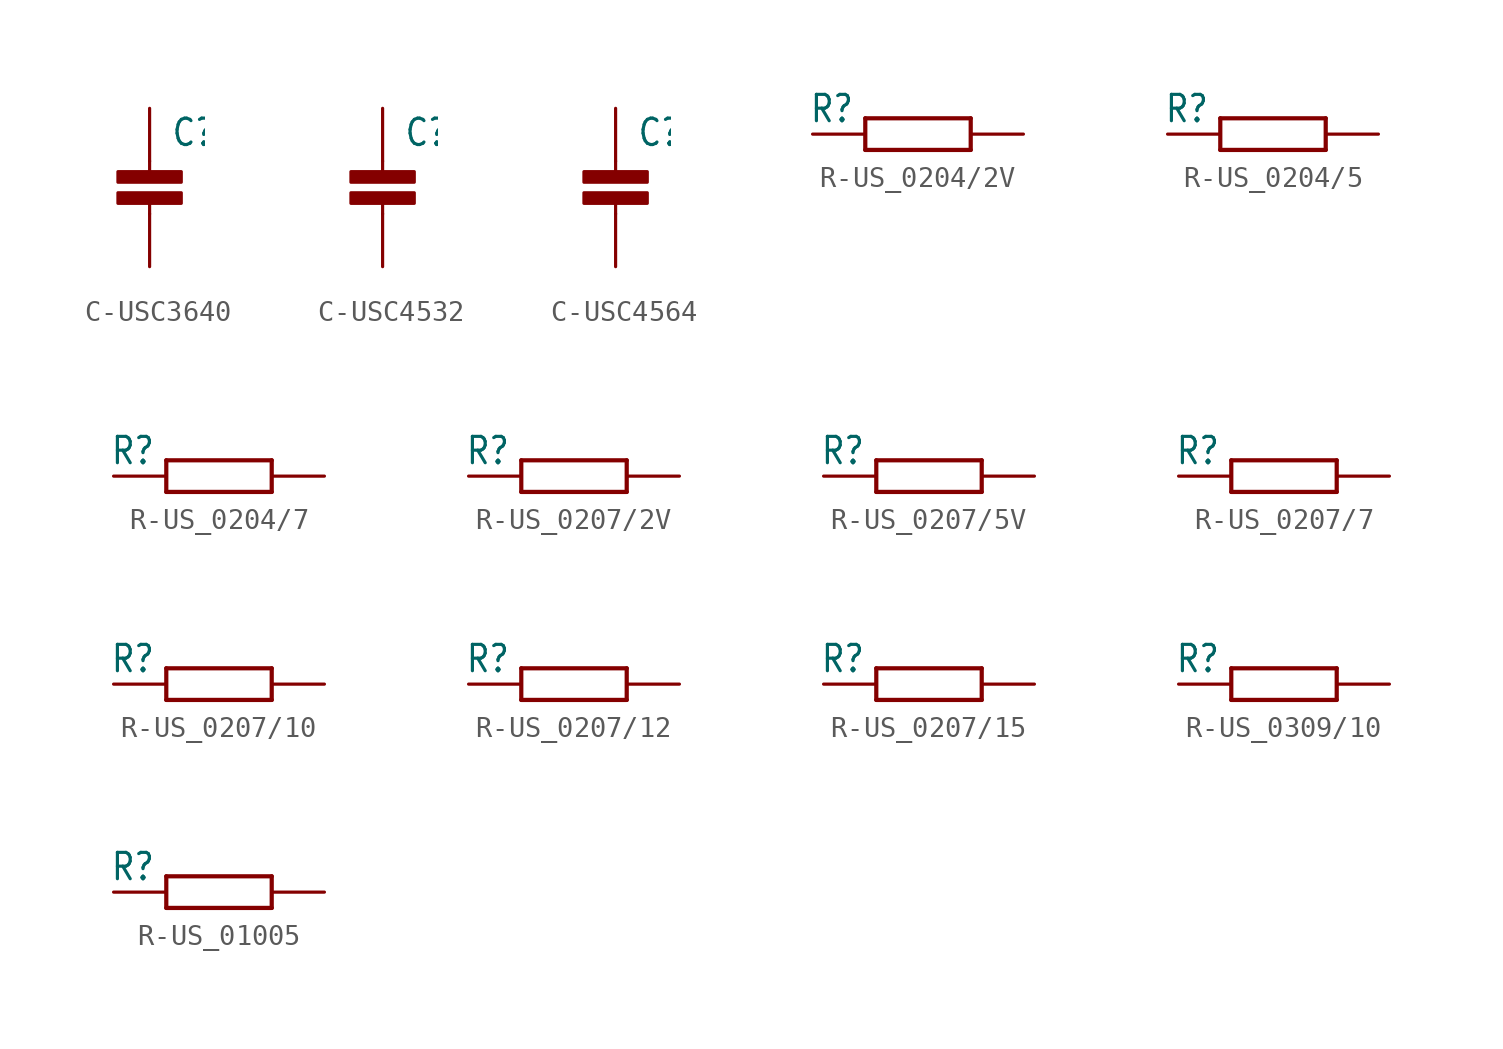
<source format=kicad_sym>
(kicad_symbol_lib
  (version 20231120)
  (generator "kicad_symbol_editor")
  (generator_version "8.99")
  (symbol "C-USC3640"
    (property "Reference" "C"
      (at 1.016 0.635 0)
      (effects (font (size 1.27 1.079)) (justify left bottom)))
    (property "Value" ""
      (at 1.016 -4.191 0)
      (effects (font (size 1.27 1.079)) (justify left bottom)))
    (property "ki_locked" ""
      (at 0 0 0)
      (effects (font (size 1.27 1.27))))
    (symbol "C-USC3640_1_0"
      (rectangle (start -1.524 -2.032) (end 1.524 -1.524) (stroke (width 0) (type default)) (fill (type outline)))
      (rectangle (start -1.524 -1.016) (end 1.524 -0.508) (stroke (width 0) (type default)) (fill (type outline)))
      (polyline (pts (xy 0 -2.54) (xy 0 -2.032)) (stroke (width 0.152) (type solid)) (fill (type none)))
      (polyline (pts (xy 0 0) (xy 0 -0.508)) (stroke (width 0.152) (type solid)) (fill (type none)))
      (pin passive line (at 0 2.54 270) (length 2.54) (name "1" (effects (font (size 0 0)))) (number "1" (effects (font (size 0 0)))))
      (pin passive line (at 0 -5.08 90) (length 2.54) (name "2" (effects (font (size 0 0)))) (number "2" (effects (font (size 0 0)))))))
  (symbol "C-USC4532"
    (property "Reference" "C"
      (at 1.016 0.635 0)
      (effects (font (size 1.27 1.079)) (justify left bottom)))
    (property "Value" ""
      (at 1.016 -4.191 0)
      (effects (font (size 1.27 1.079)) (justify left bottom)))
    (property "ki_locked" ""
      (at 0 0 0)
      (effects (font (size 1.27 1.27))))
    (symbol "C-USC4532_1_0"
      (rectangle (start -1.524 -2.032) (end 1.524 -1.524) (stroke (width 0) (type default)) (fill (type outline)))
      (rectangle (start -1.524 -1.016) (end 1.524 -0.508) (stroke (width 0) (type default)) (fill (type outline)))
      (polyline (pts (xy 0 -2.54) (xy 0 -2.032)) (stroke (width 0.152) (type solid)) (fill (type none)))
      (polyline (pts (xy 0 0) (xy 0 -0.508)) (stroke (width 0.152) (type solid)) (fill (type none)))
      (pin passive line (at 0 2.54 270) (length 2.54) (name "1" (effects (font (size 0 0)))) (number "1" (effects (font (size 0 0)))))
      (pin passive line (at 0 -5.08 90) (length 2.54) (name "2" (effects (font (size 0 0)))) (number "2" (effects (font (size 0 0)))))))
  (symbol "C-USC4564"
    (property "Reference" "C"
      (at 1.016 0.635 0)
      (effects (font (size 1.27 1.079)) (justify left bottom)))
    (property "Value" ""
      (at 1.016 -4.191 0)
      (effects (font (size 1.27 1.079)) (justify left bottom)))
    (property "ki_locked" ""
      (at 0 0 0)
      (effects (font (size 1.27 1.27))))
    (symbol "C-USC4564_1_0"
      (rectangle (start -1.524 -2.032) (end 1.524 -1.524) (stroke (width 0) (type default)) (fill (type outline)))
      (rectangle (start -1.524 -1.016) (end 1.524 -0.508) (stroke (width 0) (type default)) (fill (type outline)))
      (polyline (pts (xy 0 -2.54) (xy 0 -2.032)) (stroke (width 0.152) (type solid)) (fill (type none)))
      (polyline (pts (xy 0 0) (xy 0 -0.508)) (stroke (width 0.152) (type solid)) (fill (type none)))
      (pin passive line (at 0 2.54 270) (length 2.54) (name "1" (effects (font (size 0 0)))) (number "1" (effects (font (size 0 0)))))
      (pin passive line (at 0 -5.08 90) (length 2.54) (name "2" (effects (font (size 0 0)))) (number "2" (effects (font (size 0 0)))))))
  (symbol "R-US_0204/2V"
    (property "Reference" "R"
      (at -3.048 0.483 0)
      (effects (font (size 1.27 1.079)) (justify right bottom)))
    (property "Value" ""
      (at 0 0 0)
      (effects (font (size 1.016 0.864))))
    (property "ki_locked" ""
      (at 0 0 0)
      (effects (font (size 1.27 1.27))))
    (symbol "R-US_0204/2V_1_0"
      (polyline (pts (xy -2.54 -0.762) (xy -2.54 0.762)) (stroke (width 0.203) (type solid)) (fill (type none)))
      (polyline (pts (xy -2.54 0.762) (xy 2.54 0.762)) (stroke (width 0.203) (type solid)) (fill (type none)))
      (polyline (pts (xy 2.54 -0.762) (xy -2.54 -0.762)) (stroke (width 0.203) (type solid)) (fill (type none)))
      (polyline (pts (xy 2.54 0.762) (xy 2.54 -0.762)) (stroke (width 0.203) (type solid)) (fill (type none)))
      (pin passive line (at -5.08 0 0) (length 2.54) (name "1" (effects (font (size 0 0)))) (number "1" (effects (font (size 0 0)))))
      (pin passive line (at 5.08 0 180) (length 2.54) (name "2" (effects (font (size 0 0)))) (number "2" (effects (font (size 0 0)))))))
  (symbol "R-US_0204/5"
    (property "Reference" "R"
      (at -3.048 0.483 0)
      (effects (font (size 1.27 1.079)) (justify right bottom)))
    (property "Value" ""
      (at 0 0 0)
      (effects (font (size 1.016 0.864))))
    (property "ki_locked" ""
      (at 0 0 0)
      (effects (font (size 1.27 1.27))))
    (symbol "R-US_0204/5_1_0"
      (polyline (pts (xy -2.54 -0.762) (xy -2.54 0.762)) (stroke (width 0.203) (type solid)) (fill (type none)))
      (polyline (pts (xy -2.54 0.762) (xy 2.54 0.762)) (stroke (width 0.203) (type solid)) (fill (type none)))
      (polyline (pts (xy 2.54 -0.762) (xy -2.54 -0.762)) (stroke (width 0.203) (type solid)) (fill (type none)))
      (polyline (pts (xy 2.54 0.762) (xy 2.54 -0.762)) (stroke (width 0.203) (type solid)) (fill (type none)))
      (pin passive line (at -5.08 0 0) (length 2.54) (name "1" (effects (font (size 0 0)))) (number "1" (effects (font (size 0 0)))))
      (pin passive line (at 5.08 0 180) (length 2.54) (name "2" (effects (font (size 0 0)))) (number "2" (effects (font (size 0 0)))))))
  (symbol "R-US_0204/7"
    (property "Reference" "R"
      (at -3.048 0.483 0)
      (effects (font (size 1.27 1.079)) (justify right bottom)))
    (property "Value" ""
      (at 0 0 0)
      (effects (font (size 1.016 0.864))))
    (property "ki_locked" ""
      (at 0 0 0)
      (effects (font (size 1.27 1.27))))
    (symbol "R-US_0204/7_1_0"
      (polyline (pts (xy -2.54 -0.762) (xy -2.54 0.762)) (stroke (width 0.203) (type solid)) (fill (type none)))
      (polyline (pts (xy -2.54 0.762) (xy 2.54 0.762)) (stroke (width 0.203) (type solid)) (fill (type none)))
      (polyline (pts (xy 2.54 -0.762) (xy -2.54 -0.762)) (stroke (width 0.203) (type solid)) (fill (type none)))
      (polyline (pts (xy 2.54 0.762) (xy 2.54 -0.762)) (stroke (width 0.203) (type solid)) (fill (type none)))
      (pin passive line (at -5.08 0 0) (length 2.54) (name "1" (effects (font (size 0 0)))) (number "1" (effects (font (size 0 0)))))
      (pin passive line (at 5.08 0 180) (length 2.54) (name "2" (effects (font (size 0 0)))) (number "2" (effects (font (size 0 0)))))))
  (symbol "R-US_0207/2V"
    (property "Reference" "R"
      (at -3.048 0.483 0)
      (effects (font (size 1.27 1.079)) (justify right bottom)))
    (property "Value" ""
      (at 0 0 0)
      (effects (font (size 1.016 0.864))))
    (property "ki_locked" ""
      (at 0 0 0)
      (effects (font (size 1.27 1.27))))
    (symbol "R-US_0207/2V_1_0"
      (polyline (pts (xy -2.54 -0.762) (xy -2.54 0.762)) (stroke (width 0.203) (type solid)) (fill (type none)))
      (polyline (pts (xy -2.54 0.762) (xy 2.54 0.762)) (stroke (width 0.203) (type solid)) (fill (type none)))
      (polyline (pts (xy 2.54 -0.762) (xy -2.54 -0.762)) (stroke (width 0.203) (type solid)) (fill (type none)))
      (polyline (pts (xy 2.54 0.762) (xy 2.54 -0.762)) (stroke (width 0.203) (type solid)) (fill (type none)))
      (pin passive line (at -5.08 0 0) (length 2.54) (name "1" (effects (font (size 0 0)))) (number "1" (effects (font (size 0 0)))))
      (pin passive line (at 5.08 0 180) (length 2.54) (name "2" (effects (font (size 0 0)))) (number "2" (effects (font (size 0 0)))))))
  (symbol "R-US_0207/5V"
    (property "Reference" "R"
      (at -3.048 0.483 0)
      (effects (font (size 1.27 1.079)) (justify right bottom)))
    (property "Value" ""
      (at 0 0 0)
      (effects (font (size 1.016 0.864))))
    (property "ki_locked" ""
      (at 0 0 0)
      (effects (font (size 1.27 1.27))))
    (symbol "R-US_0207/5V_1_0"
      (polyline (pts (xy -2.54 -0.762) (xy -2.54 0.762)) (stroke (width 0.203) (type solid)) (fill (type none)))
      (polyline (pts (xy -2.54 0.762) (xy 2.54 0.762)) (stroke (width 0.203) (type solid)) (fill (type none)))
      (polyline (pts (xy 2.54 -0.762) (xy -2.54 -0.762)) (stroke (width 0.203) (type solid)) (fill (type none)))
      (polyline (pts (xy 2.54 0.762) (xy 2.54 -0.762)) (stroke (width 0.203) (type solid)) (fill (type none)))
      (pin passive line (at -5.08 0 0) (length 2.54) (name "1" (effects (font (size 0 0)))) (number "1" (effects (font (size 0 0)))))
      (pin passive line (at 5.08 0 180) (length 2.54) (name "2" (effects (font (size 0 0)))) (number "2" (effects (font (size 0 0)))))))
  (symbol "R-US_0207/7"
    (property "Reference" "R"
      (at -3.048 0.483 0)
      (effects (font (size 1.27 1.079)) (justify right bottom)))
    (property "Value" ""
      (at 0 0 0)
      (effects (font (size 1.016 0.864))))
    (property "ki_locked" ""
      (at 0 0 0)
      (effects (font (size 1.27 1.27))))
    (symbol "R-US_0207/7_1_0"
      (polyline (pts (xy -2.54 -0.762) (xy -2.54 0.762)) (stroke (width 0.203) (type solid)) (fill (type none)))
      (polyline (pts (xy -2.54 0.762) (xy 2.54 0.762)) (stroke (width 0.203) (type solid)) (fill (type none)))
      (polyline (pts (xy 2.54 -0.762) (xy -2.54 -0.762)) (stroke (width 0.203) (type solid)) (fill (type none)))
      (polyline (pts (xy 2.54 0.762) (xy 2.54 -0.762)) (stroke (width 0.203) (type solid)) (fill (type none)))
      (pin passive line (at -5.08 0 0) (length 2.54) (name "1" (effects (font (size 0 0)))) (number "1" (effects (font (size 0 0)))))
      (pin passive line (at 5.08 0 180) (length 2.54) (name "2" (effects (font (size 0 0)))) (number "2" (effects (font (size 0 0)))))))
  (symbol "R-US_0207/10"
    (property "Reference" "R"
      (at -3.048 0.483 0)
      (effects (font (size 1.27 1.079)) (justify right bottom)))
    (property "Value" ""
      (at 0 0 0)
      (effects (font (size 1.016 0.864))))
    (property "ki_locked" ""
      (at 0 0 0)
      (effects (font (size 1.27 1.27))))
    (symbol "R-US_0207/10_1_0"
      (polyline (pts (xy -2.54 -0.762) (xy -2.54 0.762)) (stroke (width 0.203) (type solid)) (fill (type none)))
      (polyline (pts (xy -2.54 0.762) (xy 2.54 0.762)) (stroke (width 0.203) (type solid)) (fill (type none)))
      (polyline (pts (xy 2.54 -0.762) (xy -2.54 -0.762)) (stroke (width 0.203) (type solid)) (fill (type none)))
      (polyline (pts (xy 2.54 0.762) (xy 2.54 -0.762)) (stroke (width 0.203) (type solid)) (fill (type none)))
      (pin passive line (at -5.08 0 0) (length 2.54) (name "1" (effects (font (size 0 0)))) (number "1" (effects (font (size 0 0)))))
      (pin passive line (at 5.08 0 180) (length 2.54) (name "2" (effects (font (size 0 0)))) (number "2" (effects (font (size 0 0)))))))
  (symbol "R-US_0207/12"
    (property "Reference" "R"
      (at -3.048 0.483 0)
      (effects (font (size 1.27 1.079)) (justify right bottom)))
    (property "Value" ""
      (at 0 0 0)
      (effects (font (size 1.016 0.864))))
    (property "ki_locked" ""
      (at 0 0 0)
      (effects (font (size 1.27 1.27))))
    (symbol "R-US_0207/12_1_0"
      (polyline (pts (xy -2.54 -0.762) (xy -2.54 0.762)) (stroke (width 0.203) (type solid)) (fill (type none)))
      (polyline (pts (xy -2.54 0.762) (xy 2.54 0.762)) (stroke (width 0.203) (type solid)) (fill (type none)))
      (polyline (pts (xy 2.54 -0.762) (xy -2.54 -0.762)) (stroke (width 0.203) (type solid)) (fill (type none)))
      (polyline (pts (xy 2.54 0.762) (xy 2.54 -0.762)) (stroke (width 0.203) (type solid)) (fill (type none)))
      (pin passive line (at -5.08 0 0) (length 2.54) (name "1" (effects (font (size 0 0)))) (number "1" (effects (font (size 0 0)))))
      (pin passive line (at 5.08 0 180) (length 2.54) (name "2" (effects (font (size 0 0)))) (number "2" (effects (font (size 0 0)))))))
  (symbol "R-US_0207/15"
    (property "Reference" "R"
      (at -3.048 0.483 0)
      (effects (font (size 1.27 1.079)) (justify right bottom)))
    (property "Value" ""
      (at 0 0 0)
      (effects (font (size 1.016 0.864))))
    (property "ki_locked" ""
      (at 0 0 0)
      (effects (font (size 1.27 1.27))))
    (symbol "R-US_0207/15_1_0"
      (polyline (pts (xy -2.54 -0.762) (xy -2.54 0.762)) (stroke (width 0.203) (type solid)) (fill (type none)))
      (polyline (pts (xy -2.54 0.762) (xy 2.54 0.762)) (stroke (width 0.203) (type solid)) (fill (type none)))
      (polyline (pts (xy 2.54 -0.762) (xy -2.54 -0.762)) (stroke (width 0.203) (type solid)) (fill (type none)))
      (polyline (pts (xy 2.54 0.762) (xy 2.54 -0.762)) (stroke (width 0.203) (type solid)) (fill (type none)))
      (pin passive line (at -5.08 0 0) (length 2.54) (name "1" (effects (font (size 0 0)))) (number "1" (effects (font (size 0 0)))))
      (pin passive line (at 5.08 0 180) (length 2.54) (name "2" (effects (font (size 0 0)))) (number "2" (effects (font (size 0 0)))))))
  (symbol "R-US_0309/10"
    (property "Reference" "R"
      (at -3.048 0.483 0)
      (effects (font (size 1.27 1.079)) (justify right bottom)))
    (property "Value" ""
      (at 0 0 0)
      (effects (font (size 1.016 0.864))))
    (property "ki_locked" ""
      (at 0 0 0)
      (effects (font (size 1.27 1.27))))
    (symbol "R-US_0309/10_1_0"
      (polyline (pts (xy -2.54 -0.762) (xy -2.54 0.762)) (stroke (width 0.203) (type solid)) (fill (type none)))
      (polyline (pts (xy -2.54 0.762) (xy 2.54 0.762)) (stroke (width 0.203) (type solid)) (fill (type none)))
      (polyline (pts (xy 2.54 -0.762) (xy -2.54 -0.762)) (stroke (width 0.203) (type solid)) (fill (type none)))
      (polyline (pts (xy 2.54 0.762) (xy 2.54 -0.762)) (stroke (width 0.203) (type solid)) (fill (type none)))
      (pin passive line (at -5.08 0 0) (length 2.54) (name "1" (effects (font (size 0 0)))) (number "1" (effects (font (size 0 0)))))
      (pin passive line (at 5.08 0 180) (length 2.54) (name "2" (effects (font (size 0 0)))) (number "2" (effects (font (size 0 0)))))))
  (symbol "R-US_01005"
    (property "Reference" "R"
      (at -3.048 0.483 0)
      (effects (font (size 1.27 1.079)) (justify right bottom)))
    (property "Value" ""
      (at 0 0 0)
      (effects (font (size 1.016 0.864))))
    (property "ki_locked" ""
      (at 0 0 0)
      (effects (font (size 1.27 1.27))))
    (symbol "R-US_01005_1_0"
      (polyline (pts (xy -2.54 -0.762) (xy -2.54 0.762)) (stroke (width 0.203) (type solid)) (fill (type none)))
      (polyline (pts (xy -2.54 0.762) (xy 2.54 0.762)) (stroke (width 0.203) (type solid)) (fill (type none)))
      (polyline (pts (xy 2.54 -0.762) (xy -2.54 -0.762)) (stroke (width 0.203) (type solid)) (fill (type none)))
      (polyline (pts (xy 2.54 0.762) (xy 2.54 -0.762)) (stroke (width 0.203) (type solid)) (fill (type none)))
      (pin passive line (at -5.08 0 0) (length 2.54) (name "1" (effects (font (size 0 0)))) (number "1" (effects (font (size 0 0)))))
      (pin passive line (at 5.08 0 180) (length 2.54) (name "2" (effects (font (size 0 0)))) (number "2" (effects (font (size 0 0))))))))
</source>
